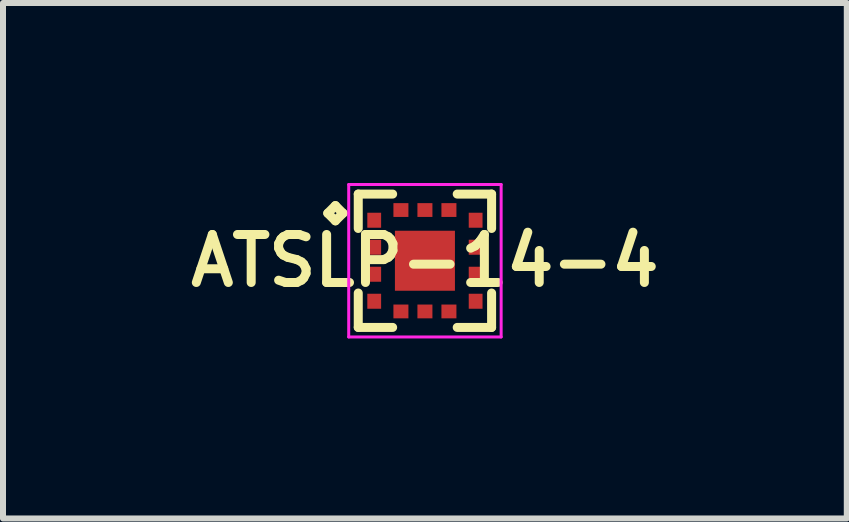
<source format=kicad_pcb>
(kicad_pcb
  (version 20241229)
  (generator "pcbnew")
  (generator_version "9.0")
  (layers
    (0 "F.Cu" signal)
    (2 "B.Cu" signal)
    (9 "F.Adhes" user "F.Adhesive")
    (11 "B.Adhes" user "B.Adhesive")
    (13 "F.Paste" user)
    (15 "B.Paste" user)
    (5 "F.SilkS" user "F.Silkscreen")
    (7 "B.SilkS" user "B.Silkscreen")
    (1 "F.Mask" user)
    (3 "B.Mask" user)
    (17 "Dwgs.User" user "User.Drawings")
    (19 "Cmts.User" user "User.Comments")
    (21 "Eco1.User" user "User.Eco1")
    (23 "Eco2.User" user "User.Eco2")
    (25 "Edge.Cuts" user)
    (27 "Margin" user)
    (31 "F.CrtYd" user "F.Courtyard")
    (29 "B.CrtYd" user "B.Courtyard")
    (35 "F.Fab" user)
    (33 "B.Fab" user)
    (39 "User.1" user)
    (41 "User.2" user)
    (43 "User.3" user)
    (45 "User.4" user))
  (footprint "ATSLP-14-4"
    (layer "F.Cu")
    (at 4.031 1.295)
    (property "Reference" "ATSLP-14-4" (at 0 0 0) (layer "F.SilkS") (effects (font (size 0.8 0.8) (thickness 0.15))))
    (attr smd)
    (fp_line (start -1.619 -0.792) (end -1.492 -0.919) (stroke (width 0.15) (type solid)) (layer "F.SilkS"))
    (fp_line (start -1.492 -0.919) (end -1.365 -0.792) (stroke (width 0.15) (type solid)) (layer "F.SilkS"))
    (fp_line (start -1.492 -0.665) (end -1.619 -0.792) (stroke (width 0.15) (type solid)) (layer "F.SilkS"))
    (fp_line (start -1.365 -0.792) (end -1.492 -0.665) (stroke (width 0.15) (type solid)) (layer "F.SilkS"))
    (fp_line (start -1.111 -1.111) (end -0.538 -1.111) (stroke (width 0.15) (type solid)) (layer "F.SilkS"))
    (fp_line (start -1.111 -0.538) (end -1.111 -1.111) (stroke (width 0.15) (type solid)) (layer "F.SilkS"))
    (fp_line (start -1.111 0.538) (end -1.111 1.111) (stroke (width 0.15) (type solid)) (layer "F.SilkS"))
    (fp_line (start -1.111 1.111) (end -0.538 1.111) (stroke (width 0.15) (type solid)) (layer "F.SilkS"))
    (fp_line (start 0.538 -1.111) (end 1.111 -1.111) (stroke (width 0.15) (type solid)) (layer "F.SilkS"))
    (fp_line (start 0.538 1.111) (end 1.111 1.111) (stroke (width 0.15) (type solid)) (layer "F.SilkS"))
    (fp_line (start 1.111 -1.111) (end 1.111 -0.538) (stroke (width 0.15) (type solid)) (layer "F.SilkS"))
    (fp_line (start 1.111 1.111) (end 1.111 0.538) (stroke (width 0.15) (type solid)) (layer "F.SilkS"))
    (fp_line (start -1.27 -1.27) (end 1.27 -1.27) (stroke (width 0.05) (type solid)) (layer "F.CrtYd"))
    (fp_line (start -1.27 1.27) (end -1.27 -1.27) (stroke (width 0.05) (type solid)) (layer "F.CrtYd"))
    (fp_line (start 1.27 -1.27) (end 1.27 1.27) (stroke (width 0.05) (type solid)) (layer "F.CrtYd"))
    (fp_line (start 1.27 1.27) (end -1.27 1.27) (stroke (width 0.05) (type solid)) (layer "F.CrtYd"))
    (pad "1" smd rect (at -0.845 -0.675) (size 0.23 0.25) (layers "F.Cu" "F.Mask" "F.Paste"))
    (pad "2" smd rect (at -0.845 -0.225) (size 0.23 0.25) (layers "F.Cu" "F.Mask" "F.Paste"))
    (pad "3" smd rect (at -0.845 0.225) (size 0.23 0.25) (layers "F.Cu" "F.Mask" "F.Paste"))
    (pad "4" smd rect (at -0.845 0.675) (size 0.23 0.25) (layers "F.Cu" "F.Mask" "F.Paste"))
    (pad "5" smd rect (at -0.4 0.845 90) (size 0.23 0.25) (layers "F.Cu" "F.Mask" "F.Paste"))
    (pad "6" smd rect (at 0 0.845 90) (size 0.23 0.25) (layers "F.Cu" "F.Mask" "F.Paste"))
    (pad "7" smd rect (at 0.4 0.845 90) (size 0.23 0.25) (layers "F.Cu" "F.Mask" "F.Paste"))
    (pad "8" smd rect (at 0.845 0.675) (size 0.23 0.25) (layers "F.Cu" "F.Mask" "F.Paste"))
    (pad "9" smd rect (at 0.845 0.225) (size 0.23 0.25) (layers "F.Cu" "F.Mask" "F.Paste"))
    (pad "10" smd rect (at 0.845 -0.225) (size 0.23 0.25) (layers "F.Cu" "F.Mask" "F.Paste"))
    (pad "11" smd rect (at 0.845 -0.675) (size 0.23 0.25) (layers "F.Cu" "F.Mask" "F.Paste"))
    (pad "12" smd rect (at 0.4 -0.845 90) (size 0.23 0.25) (layers "F.Cu" "F.Mask" "F.Paste"))
    (pad "13" smd rect (at 0 -0.845 90) (size 0.23 0.25) (layers "F.Cu" "F.Mask" "F.Paste"))
    (pad "14" smd rect (at -0.4 -0.845 90) (size 0.23 0.25) (layers "F.Cu" "F.Mask" "F.Paste"))
    (pad "15" smd rect (at 0 0) (size 1 1) (layers "F.Cu" "F.Mask" "F.Paste")))
  (gr_rect
    (start -3 -3)
    (end 11.061 5.59)
    (stroke (width 0.1) (type default))
    (fill no)
    (layer "Edge.Cuts")))
</source>
